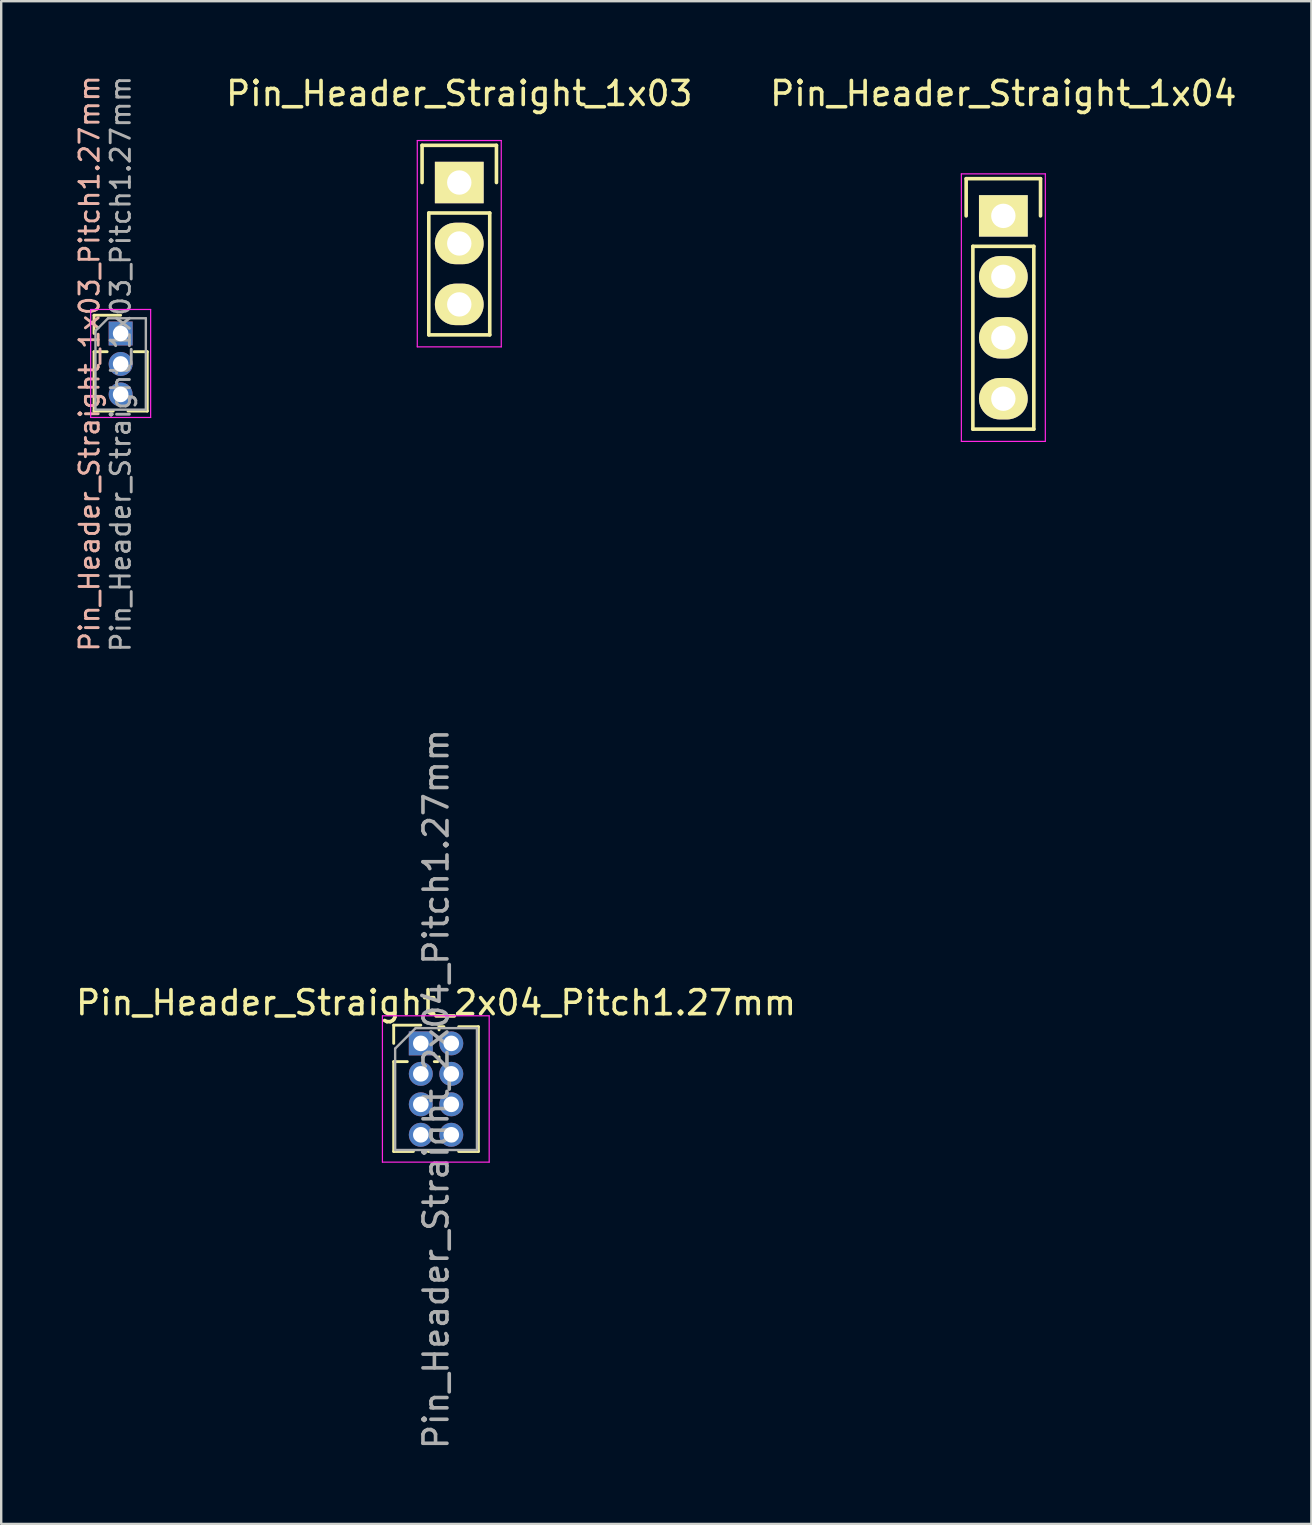
<source format=kicad_pcb>
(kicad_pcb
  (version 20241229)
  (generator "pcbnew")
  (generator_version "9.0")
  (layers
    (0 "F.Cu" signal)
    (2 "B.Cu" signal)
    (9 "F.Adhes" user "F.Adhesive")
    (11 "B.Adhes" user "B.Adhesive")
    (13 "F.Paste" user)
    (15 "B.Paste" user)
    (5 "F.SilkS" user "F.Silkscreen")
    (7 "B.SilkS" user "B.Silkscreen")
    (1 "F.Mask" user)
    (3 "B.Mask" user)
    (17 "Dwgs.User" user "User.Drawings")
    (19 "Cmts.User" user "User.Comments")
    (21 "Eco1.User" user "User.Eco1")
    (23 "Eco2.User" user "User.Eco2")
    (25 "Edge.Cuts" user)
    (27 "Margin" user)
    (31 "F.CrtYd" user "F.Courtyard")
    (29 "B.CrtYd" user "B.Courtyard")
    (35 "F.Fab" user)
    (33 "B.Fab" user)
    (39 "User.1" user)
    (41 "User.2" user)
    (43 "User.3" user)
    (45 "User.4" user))
  (footprint "Pin_Header_Straight_2x04_Pitch1.27mm"
    (layer "F.Cu")
    (at 14.49 40.44)
    (property "Reference" "Pin_Header_Straight_2x04_Pitch1.27mm" (at 0.635 -1.695 0) (layer "F.SilkS") (effects (font (size 1 1) (thickness 0.15))))
    (attr through_hole)
    (fp_line (start -1.13 -0.76) (end 0 -0.76) (stroke (width 0.12) (type solid)) (layer "F.SilkS"))
    (fp_line (start -1.13 0) (end -1.13 -0.76) (stroke (width 0.12) (type solid)) (layer "F.SilkS"))
    (fp_line (start -1.13 0.76) (end -1.13 4.505) (stroke (width 0.12) (type solid)) (layer "F.SilkS"))
    (fp_line (start -1.13 0.76) (end -0.563 0.76) (stroke (width 0.12) (type solid)) (layer "F.SilkS"))
    (fp_line (start -1.13 4.505) (end -0.308 4.505) (stroke (width 0.12) (type solid)) (layer "F.SilkS"))
    (fp_line (start 0.308 4.505) (end 0.962 4.505) (stroke (width 0.12) (type solid)) (layer "F.SilkS"))
    (fp_line (start 0.563 0.76) (end 0.707 0.76) (stroke (width 0.12) (type solid)) (layer "F.SilkS"))
    (fp_line (start 0.76 -0.695) (end 0.962 -0.695) (stroke (width 0.12) (type solid)) (layer "F.SilkS"))
    (fp_line (start 0.76 -0.563) (end 0.76 -0.695) (stroke (width 0.12) (type solid)) (layer "F.SilkS"))
    (fp_line (start 0.76 0.707) (end 0.76 0.563) (stroke (width 0.12) (type solid)) (layer "F.SilkS"))
    (fp_line (start 1.578 -0.695) (end 2.4 -0.695) (stroke (width 0.12) (type solid)) (layer "F.SilkS"))
    (fp_line (start 1.578 4.505) (end 2.4 4.505) (stroke (width 0.12) (type solid)) (layer "F.SilkS"))
    (fp_line (start 2.4 -0.695) (end 2.4 4.505) (stroke (width 0.12) (type solid)) (layer "F.SilkS"))
    (fp_line (start -1.6 -1.15) (end -1.6 4.95) (stroke (width 0.05) (type solid)) (layer "F.CrtYd"))
    (fp_line (start -1.6 4.95) (end 2.85 4.95) (stroke (width 0.05) (type solid)) (layer "F.CrtYd"))
    (fp_line (start 2.85 -1.15) (end -1.6 -1.15) (stroke (width 0.05) (type solid)) (layer "F.CrtYd"))
    (fp_line (start 2.85 4.95) (end 2.85 -1.15) (stroke (width 0.05) (type solid)) (layer "F.CrtYd"))
    (fp_line (start -1.07 0.217) (end -0.217 -0.635) (stroke (width 0.1) (type solid)) (layer "F.Fab"))
    (fp_line (start -1.07 4.445) (end -1.07 0.217) (stroke (width 0.1) (type solid)) (layer "F.Fab"))
    (fp_line (start -0.217 -0.635) (end 2.34 -0.635) (stroke (width 0.1) (type solid)) (layer "F.Fab"))
    (fp_line (start 2.34 -0.635) (end 2.34 4.445) (stroke (width 0.1) (type solid)) (layer "F.Fab"))
    (fp_line (start 2.34 4.445) (end -1.07 4.445) (stroke (width 0.1) (type solid)) (layer "F.Fab"))
    (fp_text user "${REFERENCE}" (at 0.635 1.905 90) (layer "F.Fab") (effects (font (size 1 1) (thickness 0.15))))
    (pad "1" thru_hole rect (at 0 0) (size 1 1) (drill 0.65) (layers "*.Cu" "*.Mask"))
    (pad "2" thru_hole oval (at 1.27 0) (size 1 1) (drill 0.65) (layers "*.Cu" "*.Mask"))
    (pad "3" thru_hole oval (at 0 1.27) (size 1 1) (drill 0.65) (layers "*.Cu" "*.Mask"))
    (pad "4" thru_hole oval (at 1.27 1.27) (size 1 1) (drill 0.65) (layers "*.Cu" "*.Mask"))
    (pad "5" thru_hole oval (at 0 2.54) (size 1 1) (drill 0.65) (layers "*.Cu" "*.Mask"))
    (pad "6" thru_hole oval (at 1.27 2.54) (size 1 1) (drill 0.65) (layers "*.Cu" "*.Mask"))
    (pad "7" thru_hole oval (at 0 3.81) (size 1 1) (drill 0.65) (layers "*.Cu" "*.Mask"))
    (pad "8" thru_hole oval (at 1.27 3.81) (size 1 1) (drill 0.65) (layers "*.Cu" "*.Mask")))
  (footprint "Pin_Header_Straight_1x04"
    (layer "F.Cu")
    (at 38.771 5.948)
    (property "Reference" "Pin_Header_Straight_1x04" (at 0 -5.1 0) (layer "F.SilkS") (effects (font (size 1 1) (thickness 0.15))))
    (attr through_hole)
    (fp_line (start -1.55 -1.55) (end 1.55 -1.55) (stroke (width 0.15) (type solid)) (layer "F.SilkS"))
    (fp_line (start -1.55 0) (end -1.55 -1.55) (stroke (width 0.15) (type solid)) (layer "F.SilkS"))
    (fp_line (start -1.27 1.27) (end -1.27 8.89) (stroke (width 0.15) (type solid)) (layer "F.SilkS"))
    (fp_line (start -1.27 8.89) (end 1.27 8.89) (stroke (width 0.15) (type solid)) (layer "F.SilkS"))
    (fp_line (start 1.27 1.27) (end -1.27 1.27) (stroke (width 0.15) (type solid)) (layer "F.SilkS"))
    (fp_line (start 1.27 1.27) (end 1.27 8.89) (stroke (width 0.15) (type solid)) (layer "F.SilkS"))
    (fp_line (start 1.55 -1.55) (end 1.55 0) (stroke (width 0.15) (type solid)) (layer "F.SilkS"))
    (fp_line (start -1.75 -1.75) (end -1.75 9.4) (stroke (width 0.05) (type solid)) (layer "F.CrtYd"))
    (fp_line (start -1.75 -1.75) (end 1.75 -1.75) (stroke (width 0.05) (type solid)) (layer "F.CrtYd"))
    (fp_line (start -1.75 9.4) (end 1.75 9.4) (stroke (width 0.05) (type solid)) (layer "F.CrtYd"))
    (fp_line (start 1.75 -1.75) (end 1.75 9.4) (stroke (width 0.05) (type solid)) (layer "F.CrtYd"))
    (pad "1" thru_hole rect (at 0 0) (size 2.032 1.727) (drill 1.016) (layers "*.Cu" "*.Mask" "F.SilkS"))
    (pad "2" thru_hole oval (at 0 2.54) (size 2.032 1.727) (drill 1.016) (layers "*.Cu" "*.Mask" "F.SilkS"))
    (pad "3" thru_hole oval (at 0 5.08) (size 2.032 1.727) (drill 1.016) (layers "*.Cu" "*.Mask" "F.SilkS"))
    (pad "4" thru_hole oval (at 0 7.62) (size 2.032 1.727) (drill 1.016) (layers "*.Cu" "*.Mask" "F.SilkS")))
  (footprint "Pin_Header_Straight_1x03"
    (layer "F.Cu")
    (at 16.093 7.098)
    (property "Reference" "Pin_Header_Straight_1x03" (at 0 -6.25 0) (layer "F.SilkS") (effects (font (size 1 1) (thickness 0.15))))
    (attr through_hole)
    (fp_line (start -1.55 -4.09) (end 1.55 -4.09) (stroke (width 0.15) (type solid)) (layer "F.SilkS"))
    (fp_line (start -1.55 -2.54) (end -1.55 -4.09) (stroke (width 0.15) (type solid)) (layer "F.SilkS"))
    (fp_line (start -1.27 -1.27) (end -1.27 3.81) (stroke (width 0.15) (type solid)) (layer "F.SilkS"))
    (fp_line (start -1.27 3.81) (end 1.27 3.81) (stroke (width 0.15) (type solid)) (layer "F.SilkS"))
    (fp_line (start 1.27 -1.27) (end -1.27 -1.27) (stroke (width 0.15) (type solid)) (layer "F.SilkS"))
    (fp_line (start 1.27 3.81) (end 1.27 -1.27) (stroke (width 0.15) (type solid)) (layer "F.SilkS"))
    (fp_line (start 1.55 -4.09) (end 1.55 -2.54) (stroke (width 0.15) (type solid)) (layer "F.SilkS"))
    (fp_line (start -1.75 -4.29) (end -1.75 4.31) (stroke (width 0.05) (type solid)) (layer "F.CrtYd"))
    (fp_line (start -1.75 -4.29) (end 1.75 -4.29) (stroke (width 0.05) (type solid)) (layer "F.CrtYd"))
    (fp_line (start -1.75 4.31) (end 1.75 4.31) (stroke (width 0.05) (type solid)) (layer "F.CrtYd"))
    (fp_line (start 1.75 -4.29) (end 1.75 4.31) (stroke (width 0.05) (type solid)) (layer "F.CrtYd"))
    (pad "1" thru_hole rect (at 0 -2.54) (size 2.032 1.727) (drill 1.016) (layers "*.Cu" "*.Mask" "F.SilkS"))
    (pad "2" thru_hole oval (at 0 0) (size 2.032 1.727) (drill 1.016) (layers "*.Cu" "*.Mask" "F.SilkS"))
    (pad "3" thru_hole oval (at 0 2.54) (size 2.032 1.727) (drill 1.016) (layers "*.Cu" "*.Mask" "F.SilkS")))
  (footprint "Pin_Header_Straight_1x03_Pitch1.27mm"
    (layer "F.Cu")
    (at 1.979 12.12)
    (property "Reference" "Pin_Header_Straight_1x03_Pitch1.27mm" (at -1.3 -0.02 90) (layer "B.SilkS") (effects (font (size 0.8 0.8) (thickness 0.12))))
    (attr through_hole)
    (fp_line (start -1.11 -2.03) (end 0 -2.03) (stroke (width 0.12) (type solid)) (layer "F.SilkS"))
    (fp_line (start -1.11 -1.27) (end -1.11 -2.03) (stroke (width 0.12) (type solid)) (layer "F.SilkS"))
    (fp_line (start -1.11 -0.51) (end -1.11 1.965) (stroke (width 0.12) (type solid)) (layer "F.SilkS"))
    (fp_line (start -1.11 -0.51) (end -0.563 -0.51) (stroke (width 0.12) (type solid)) (layer "F.SilkS"))
    (fp_line (start -1.11 1.965) (end -0.308 1.965) (stroke (width 0.12) (type solid)) (layer "F.SilkS"))
    (fp_line (start 0.308 1.965) (end 1.11 1.965) (stroke (width 0.12) (type solid)) (layer "F.SilkS"))
    (fp_line (start 0.563 -0.51) (end 1.11 -0.51) (stroke (width 0.12) (type solid)) (layer "F.SilkS"))
    (fp_line (start 1.11 -0.51) (end 1.11 1.965) (stroke (width 0.12) (type solid)) (layer "F.SilkS"))
    (fp_line (start -1.25 -2.27) (end -1.25 2.23) (stroke (width 0.05) (type solid)) (layer "F.CrtYd"))
    (fp_line (start -1.25 2.23) (end 1.25 2.23) (stroke (width 0.05) (type solid)) (layer "F.CrtYd"))
    (fp_line (start 1.25 -2.27) (end -1.25 -2.27) (stroke (width 0.05) (type solid)) (layer "F.CrtYd"))
    (fp_line (start 1.25 2.23) (end 1.25 -2.27) (stroke (width 0.05) (type solid)) (layer "F.CrtYd"))
    (fp_line (start -1.05 -1.38) (end -0.525 -1.905) (stroke (width 0.1) (type solid)) (layer "F.Fab"))
    (fp_line (start -1.05 1.905) (end -1.05 -1.38) (stroke (width 0.1) (type solid)) (layer "F.Fab"))
    (fp_line (start -0.525 -1.905) (end 1.05 -1.905) (stroke (width 0.1) (type solid)) (layer "F.Fab"))
    (fp_line (start 1.05 -1.905) (end 1.05 1.905) (stroke (width 0.1) (type solid)) (layer "F.Fab"))
    (fp_line (start 1.05 1.905) (end -1.05 1.905) (stroke (width 0.1) (type solid)) (layer "F.Fab"))
    (fp_text user "${REFERENCE}" (at 0 0 90) (layer "F.Fab") (effects (font (size 0.8 0.8) (thickness 0.12))))
    (pad "1" thru_hole rect (at 0 -1.27) (size 1 1) (drill 0.65) (layers "*.Cu" "*.Mask"))
    (pad "2" thru_hole oval (at 0 0) (size 1 1) (drill 0.65) (layers "*.Cu" "*.Mask"))
    (pad "3" thru_hole oval (at 0 1.27) (size 1 1) (drill 0.65) (layers "*.Cu" "*.Mask")))
  (gr_rect
    (start -3 -3)
    (end 51.611 60.47)
    (stroke (width 0.1) (type default))
    (fill no)
    (layer "Edge.Cuts")))
</source>
